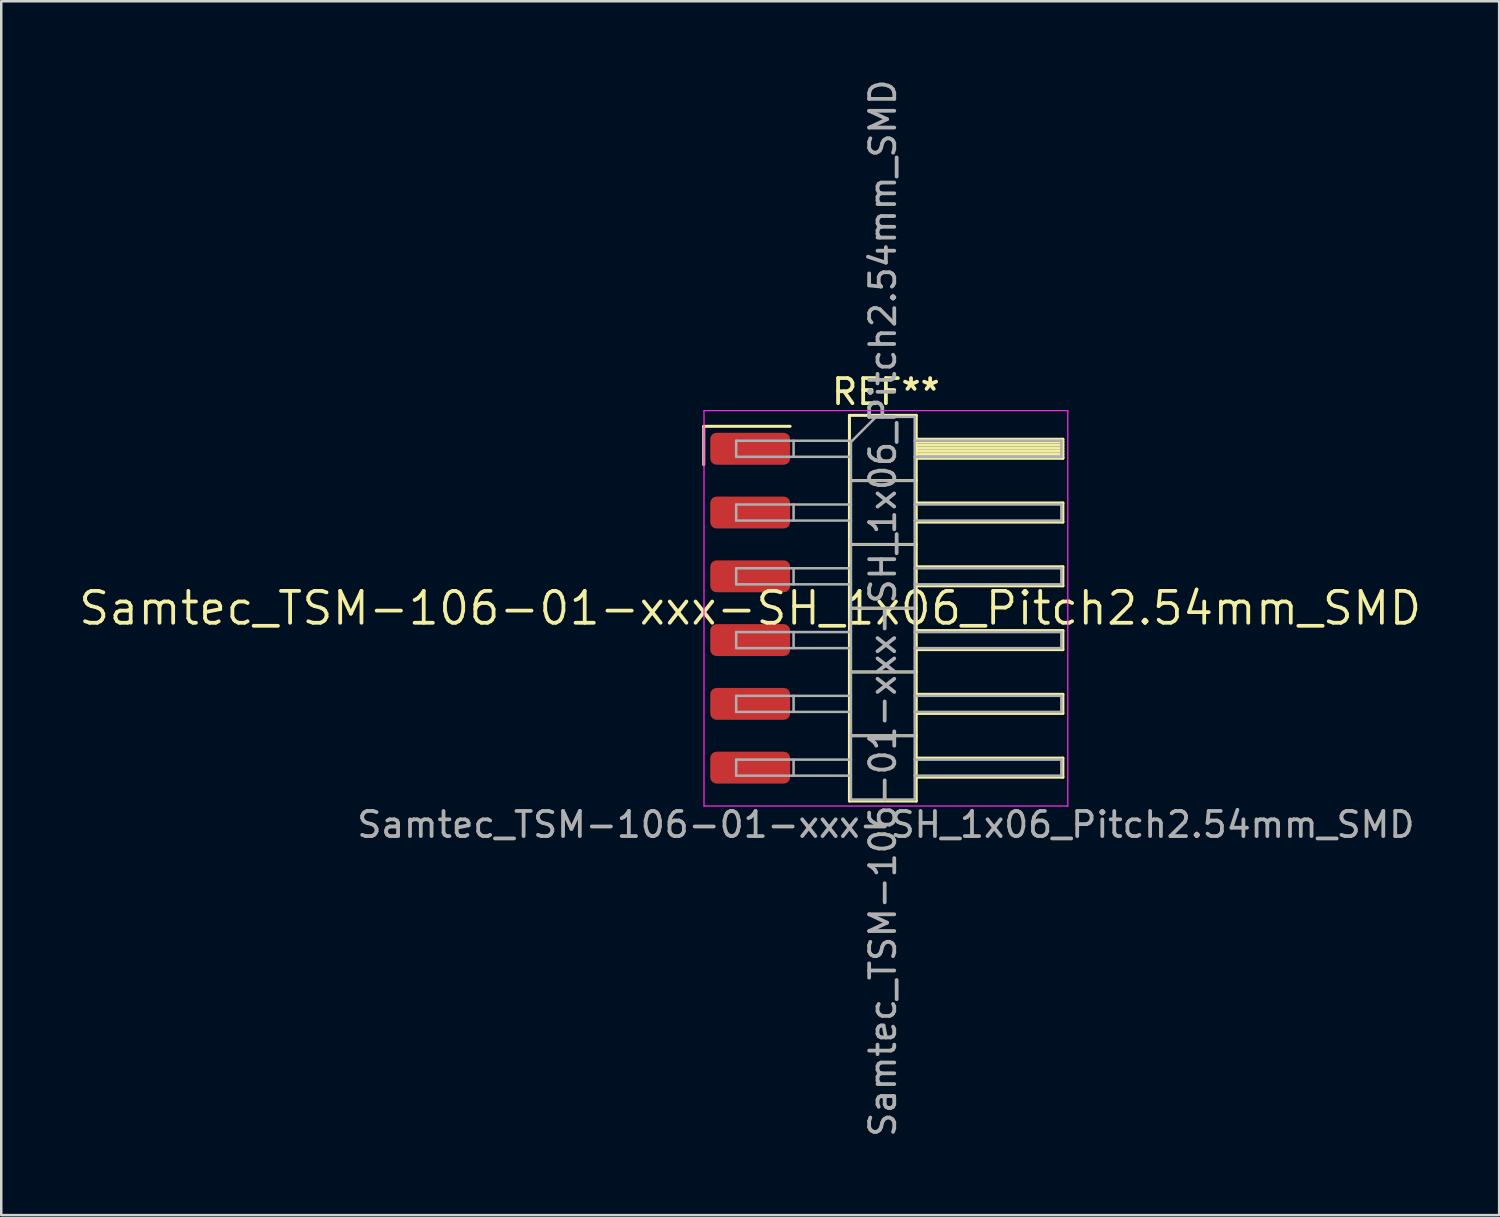
<source format=kicad_pcb>
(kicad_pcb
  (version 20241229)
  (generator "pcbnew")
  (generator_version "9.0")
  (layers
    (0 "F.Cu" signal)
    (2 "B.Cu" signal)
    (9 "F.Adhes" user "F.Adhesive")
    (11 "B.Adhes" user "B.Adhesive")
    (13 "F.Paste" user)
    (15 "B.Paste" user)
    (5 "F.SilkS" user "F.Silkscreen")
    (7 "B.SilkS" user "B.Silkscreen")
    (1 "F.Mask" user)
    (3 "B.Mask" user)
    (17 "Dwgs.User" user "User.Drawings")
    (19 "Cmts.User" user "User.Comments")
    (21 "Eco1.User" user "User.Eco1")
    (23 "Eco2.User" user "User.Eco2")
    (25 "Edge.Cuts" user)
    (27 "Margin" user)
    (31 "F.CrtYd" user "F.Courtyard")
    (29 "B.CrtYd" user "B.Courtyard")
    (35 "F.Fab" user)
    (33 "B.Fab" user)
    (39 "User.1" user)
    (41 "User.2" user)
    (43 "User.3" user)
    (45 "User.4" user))
  (footprint "Samtec_TSM-106-01-xxx-SH_1x06_Pitch2.54mm_SMD"
    (layer "F.Cu")
    (at 26.828 21.173)
    (property "Reference" "Samtec_TSM-106-01-xxx-SH_1x06_Pitch2.54mm_SMD" (at 0 0 0) (layer "F.SilkS") (effects (font (size 1.27 1.27) (thickness 0.15))))
    (attr smd)
    (fp_line (start -1.85 -7.245) (end 1.59 -7.245) (stroke (width 0.12) (type solid)) (layer "F.SilkS"))
    (fp_line (start -1.85 -5.715) (end -1.85 -7.245) (stroke (width 0.12) (type solid)) (layer "F.SilkS"))
    (fp_line (start 3.953 -7.68) (end 6.613 -7.68) (stroke (width 0.12) (type solid)) (layer "F.SilkS"))
    (fp_line (start 3.953 -5.08) (end 6.613 -5.08) (stroke (width 0.12) (type solid)) (layer "F.SilkS"))
    (fp_line (start 3.953 -2.54) (end 6.613 -2.54) (stroke (width 0.12) (type solid)) (layer "F.SilkS"))
    (fp_line (start 3.953 0) (end 6.613 0) (stroke (width 0.12) (type solid)) (layer "F.SilkS"))
    (fp_line (start 3.953 2.54) (end 6.613 2.54) (stroke (width 0.12) (type solid)) (layer "F.SilkS"))
    (fp_line (start 3.953 5.08) (end 6.613 5.08) (stroke (width 0.12) (type solid)) (layer "F.SilkS"))
    (fp_line (start 3.953 7.68) (end 3.953 -7.68) (stroke (width 0.12) (type solid)) (layer "F.SilkS"))
    (fp_line (start 6.613 -7.68) (end 6.613 7.68) (stroke (width 0.12) (type solid)) (layer "F.SilkS"))
    (fp_line (start 6.613 -6.73) (end 12.453 -6.73) (stroke (width 0.12) (type solid)) (layer "F.SilkS"))
    (fp_line (start 6.613 -6.61) (end 12.453 -6.61) (stroke (width 0.12) (type solid)) (layer "F.SilkS"))
    (fp_line (start 6.613 -6.49) (end 12.453 -6.49) (stroke (width 0.12) (type solid)) (layer "F.SilkS"))
    (fp_line (start 6.613 -6.37) (end 12.453 -6.37) (stroke (width 0.12) (type solid)) (layer "F.SilkS"))
    (fp_line (start 6.613 -6.25) (end 12.453 -6.25) (stroke (width 0.12) (type solid)) (layer "F.SilkS"))
    (fp_line (start 6.613 -6.13) (end 12.453 -6.13) (stroke (width 0.12) (type solid)) (layer "F.SilkS"))
    (fp_line (start 6.613 -6.01) (end 12.453 -6.01) (stroke (width 0.12) (type solid)) (layer "F.SilkS"))
    (fp_line (start 6.613 -5.97) (end 12.453 -5.97) (stroke (width 0.12) (type solid)) (layer "F.SilkS"))
    (fp_line (start 6.613 -4.19) (end 12.453 -4.19) (stroke (width 0.12) (type solid)) (layer "F.SilkS"))
    (fp_line (start 6.613 -3.43) (end 12.453 -3.43) (stroke (width 0.12) (type solid)) (layer "F.SilkS"))
    (fp_line (start 6.613 -1.65) (end 12.453 -1.65) (stroke (width 0.12) (type solid)) (layer "F.SilkS"))
    (fp_line (start 6.613 -0.89) (end 12.453 -0.89) (stroke (width 0.12) (type solid)) (layer "F.SilkS"))
    (fp_line (start 6.613 0.89) (end 12.453 0.89) (stroke (width 0.12) (type solid)) (layer "F.SilkS"))
    (fp_line (start 6.613 1.65) (end 12.453 1.65) (stroke (width 0.12) (type solid)) (layer "F.SilkS"))
    (fp_line (start 6.613 3.43) (end 12.453 3.43) (stroke (width 0.12) (type solid)) (layer "F.SilkS"))
    (fp_line (start 6.613 4.19) (end 12.453 4.19) (stroke (width 0.12) (type solid)) (layer "F.SilkS"))
    (fp_line (start 6.613 5.97) (end 12.453 5.97) (stroke (width 0.12) (type solid)) (layer "F.SilkS"))
    (fp_line (start 6.613 6.73) (end 12.453 6.73) (stroke (width 0.12) (type solid)) (layer "F.SilkS"))
    (fp_line (start 6.613 7.68) (end 3.953 7.68) (stroke (width 0.12) (type solid)) (layer "F.SilkS"))
    (fp_line (start 12.453 -6.73) (end 12.453 -5.97) (stroke (width 0.12) (type solid)) (layer "F.SilkS"))
    (fp_line (start 12.453 -4.19) (end 12.453 -3.43) (stroke (width 0.12) (type solid)) (layer "F.SilkS"))
    (fp_line (start 12.453 -1.65) (end 12.453 -0.89) (stroke (width 0.12) (type solid)) (layer "F.SilkS"))
    (fp_line (start 12.453 0.89) (end 12.453 1.65) (stroke (width 0.12) (type solid)) (layer "F.SilkS"))
    (fp_line (start 12.453 3.43) (end 12.453 4.19) (stroke (width 0.12) (type solid)) (layer "F.SilkS"))
    (fp_line (start 12.453 5.97) (end 12.453 6.73) (stroke (width 0.12) (type solid)) (layer "F.SilkS"))
    (fp_line (start -1.84 -7.87) (end 12.65 -7.87) (stroke (width 0.05) (type solid)) (layer "F.CrtYd"))
    (fp_line (start -1.84 7.88) (end -1.84 -7.87) (stroke (width 0.05) (type solid)) (layer "F.CrtYd"))
    (fp_line (start 12.65 -7.87) (end 12.65 7.88) (stroke (width 0.05) (type solid)) (layer "F.CrtYd"))
    (fp_line (start 12.65 7.88) (end -1.84 7.88) (stroke (width 0.05) (type solid)) (layer "F.CrtYd"))
    (fp_line (start -0.557 -6.67) (end -0.557 -6.03) (stroke (width 0.1) (type solid)) (layer "F.Fab"))
    (fp_line (start -0.557 -6.67) (end 4.013 -6.67) (stroke (width 0.1) (type solid)) (layer "F.Fab"))
    (fp_line (start -0.557 -6.03) (end 4.013 -6.03) (stroke (width 0.1) (type solid)) (layer "F.Fab"))
    (fp_line (start -0.557 -4.13) (end -0.557 -3.49) (stroke (width 0.1) (type solid)) (layer "F.Fab"))
    (fp_line (start -0.557 -4.13) (end 4.013 -4.13) (stroke (width 0.1) (type solid)) (layer "F.Fab"))
    (fp_line (start -0.557 -3.49) (end 4.013 -3.49) (stroke (width 0.1) (type solid)) (layer "F.Fab"))
    (fp_line (start -0.557 -1.59) (end -0.557 -0.95) (stroke (width 0.1) (type solid)) (layer "F.Fab"))
    (fp_line (start -0.557 -1.59) (end 4.013 -1.59) (stroke (width 0.1) (type solid)) (layer "F.Fab"))
    (fp_line (start -0.557 -0.95) (end 4.013 -0.95) (stroke (width 0.1) (type solid)) (layer "F.Fab"))
    (fp_line (start -0.557 0.95) (end -0.557 1.59) (stroke (width 0.1) (type solid)) (layer "F.Fab"))
    (fp_line (start -0.557 0.95) (end 4.013 0.95) (stroke (width 0.1) (type solid)) (layer "F.Fab"))
    (fp_line (start -0.557 1.59) (end 4.013 1.59) (stroke (width 0.1) (type solid)) (layer "F.Fab"))
    (fp_line (start -0.557 3.49) (end -0.557 4.13) (stroke (width 0.1) (type solid)) (layer "F.Fab"))
    (fp_line (start -0.557 3.49) (end 4.013 3.49) (stroke (width 0.1) (type solid)) (layer "F.Fab"))
    (fp_line (start -0.557 4.13) (end 4.013 4.13) (stroke (width 0.1) (type solid)) (layer "F.Fab"))
    (fp_line (start -0.557 6.03) (end -0.557 6.67) (stroke (width 0.1) (type solid)) (layer "F.Fab"))
    (fp_line (start -0.557 6.03) (end 4.013 6.03) (stroke (width 0.1) (type solid)) (layer "F.Fab"))
    (fp_line (start -0.557 6.67) (end 4.013 6.67) (stroke (width 0.1) (type solid)) (layer "F.Fab"))
    (fp_line (start 1.728 -6.67) (end 1.728 -6.03) (stroke (width 0.1) (type solid)) (layer "F.Fab"))
    (fp_line (start 1.728 -4.13) (end 1.728 -3.49) (stroke (width 0.1) (type solid)) (layer "F.Fab"))
    (fp_line (start 1.728 -1.59) (end 1.728 -0.95) (stroke (width 0.1) (type solid)) (layer "F.Fab"))
    (fp_line (start 1.728 0.95) (end 1.728 1.59) (stroke (width 0.1) (type solid)) (layer "F.Fab"))
    (fp_line (start 1.728 3.49) (end 1.728 4.13) (stroke (width 0.1) (type solid)) (layer "F.Fab"))
    (fp_line (start 1.728 6.03) (end 1.728 6.67) (stroke (width 0.1) (type solid)) (layer "F.Fab"))
    (fp_line (start 4.013 -6.62) (end 5.013 -7.62) (stroke (width 0.1) (type solid)) (layer "F.Fab"))
    (fp_line (start 4.013 -5.08) (end 6.553 -5.08) (stroke (width 0.1) (type solid)) (layer "F.Fab"))
    (fp_line (start 4.013 -2.54) (end 6.553 -2.54) (stroke (width 0.1) (type solid)) (layer "F.Fab"))
    (fp_line (start 4.013 0) (end 6.553 0) (stroke (width 0.1) (type solid)) (layer "F.Fab"))
    (fp_line (start 4.013 2.54) (end 6.553 2.54) (stroke (width 0.1) (type solid)) (layer "F.Fab"))
    (fp_line (start 4.013 5.08) (end 6.553 5.08) (stroke (width 0.1) (type solid)) (layer "F.Fab"))
    (fp_line (start 4.013 7.62) (end 4.013 -6.62) (stroke (width 0.1) (type solid)) (layer "F.Fab"))
    (fp_line (start 5.013 -7.62) (end 6.553 -7.62) (stroke (width 0.1) (type solid)) (layer "F.Fab"))
    (fp_line (start 6.553 -7.62) (end 6.553 7.62) (stroke (width 0.1) (type solid)) (layer "F.Fab"))
    (fp_line (start 6.553 -6.67) (end 12.393 -6.67) (stroke (width 0.1) (type solid)) (layer "F.Fab"))
    (fp_line (start 6.553 -6.03) (end 12.393 -6.03) (stroke (width 0.1) (type solid)) (layer "F.Fab"))
    (fp_line (start 6.553 -4.13) (end 12.393 -4.13) (stroke (width 0.1) (type solid)) (layer "F.Fab"))
    (fp_line (start 6.553 -3.49) (end 12.393 -3.49) (stroke (width 0.1) (type solid)) (layer "F.Fab"))
    (fp_line (start 6.553 -1.59) (end 12.393 -1.59) (stroke (width 0.1) (type solid)) (layer "F.Fab"))
    (fp_line (start 6.553 -0.95) (end 12.393 -0.95) (stroke (width 0.1) (type solid)) (layer "F.Fab"))
    (fp_line (start 6.553 0.95) (end 12.393 0.95) (stroke (width 0.1) (type solid)) (layer "F.Fab"))
    (fp_line (start 6.553 1.59) (end 12.393 1.59) (stroke (width 0.1) (type solid)) (layer "F.Fab"))
    (fp_line (start 6.553 3.49) (end 12.393 3.49) (stroke (width 0.1) (type solid)) (layer "F.Fab"))
    (fp_line (start 6.553 4.13) (end 12.393 4.13) (stroke (width 0.1) (type solid)) (layer "F.Fab"))
    (fp_line (start 6.553 6.03) (end 12.393 6.03) (stroke (width 0.1) (type solid)) (layer "F.Fab"))
    (fp_line (start 6.553 6.67) (end 12.393 6.67) (stroke (width 0.1) (type solid)) (layer "F.Fab"))
    (fp_line (start 6.553 7.62) (end 4.013 7.62) (stroke (width 0.1) (type solid)) (layer "F.Fab"))
    (fp_line (start 12.393 -6.67) (end 12.393 -6.03) (stroke (width 0.1) (type solid)) (layer "F.Fab"))
    (fp_line (start 12.393 -4.13) (end 12.393 -3.49) (stroke (width 0.1) (type solid)) (layer "F.Fab"))
    (fp_line (start 12.393 -1.59) (end 12.393 -0.95) (stroke (width 0.1) (type solid)) (layer "F.Fab"))
    (fp_line (start 12.393 0.95) (end 12.393 1.59) (stroke (width 0.1) (type solid)) (layer "F.Fab"))
    (fp_line (start 12.393 3.49) (end 12.393 4.13) (stroke (width 0.1) (type solid)) (layer "F.Fab"))
    (fp_line (start 12.393 6.03) (end 12.393 6.67) (stroke (width 0.1) (type solid)) (layer "F.Fab"))
    (fp_text user "REF**" (at 5.405 -8.62 0) (layer "F.SilkS") (effects (font (size 1 1) (thickness 0.15))))
    (fp_text user "${REFERENCE}" (at 5.283 0 90) (layer "F.Fab") (effects (font (size 1 1) (thickness 0.15))))
    (fp_text user "Samtec_TSM-106-01-xxx-SH_1x06_Pitch2.54mm_SMD" (at 5.405 8.62 0) (layer "F.Fab") (effects (font (size 1 1) (thickness 0.15))))
    (pad "1" smd roundrect (at 0 -6.35) (size 3.18 1.27) (layers "F.Cu" "F.Mask" "F.Paste") (roundrect_rratio 0.197))
    (pad "2" smd roundrect (at 0 -3.81) (size 3.18 1.27) (layers "F.Cu" "F.Mask" "F.Paste") (roundrect_rratio 0.197))
    (pad "3" smd roundrect (at 0 -1.27) (size 3.18 1.27) (layers "F.Cu" "F.Mask" "F.Paste") (roundrect_rratio 0.197))
    (pad "4" smd roundrect (at 0 1.27) (size 3.18 1.27) (layers "F.Cu" "F.Mask" "F.Paste") (roundrect_rratio 0.197))
    (pad "5" smd roundrect (at 0 3.81) (size 3.18 1.27) (layers "F.Cu" "F.Mask" "F.Paste") (roundrect_rratio 0.197))
    (pad "6" smd roundrect (at 0 6.35) (size 3.18 1.27) (layers "F.Cu" "F.Mask" "F.Paste") (roundrect_rratio 0.197)))
  (gr_rect
    (start -3 -3)
    (end 56.657 45.345)
    (stroke (width 0.1) (type default))
    (fill no)
    (layer "Edge.Cuts")))
</source>
